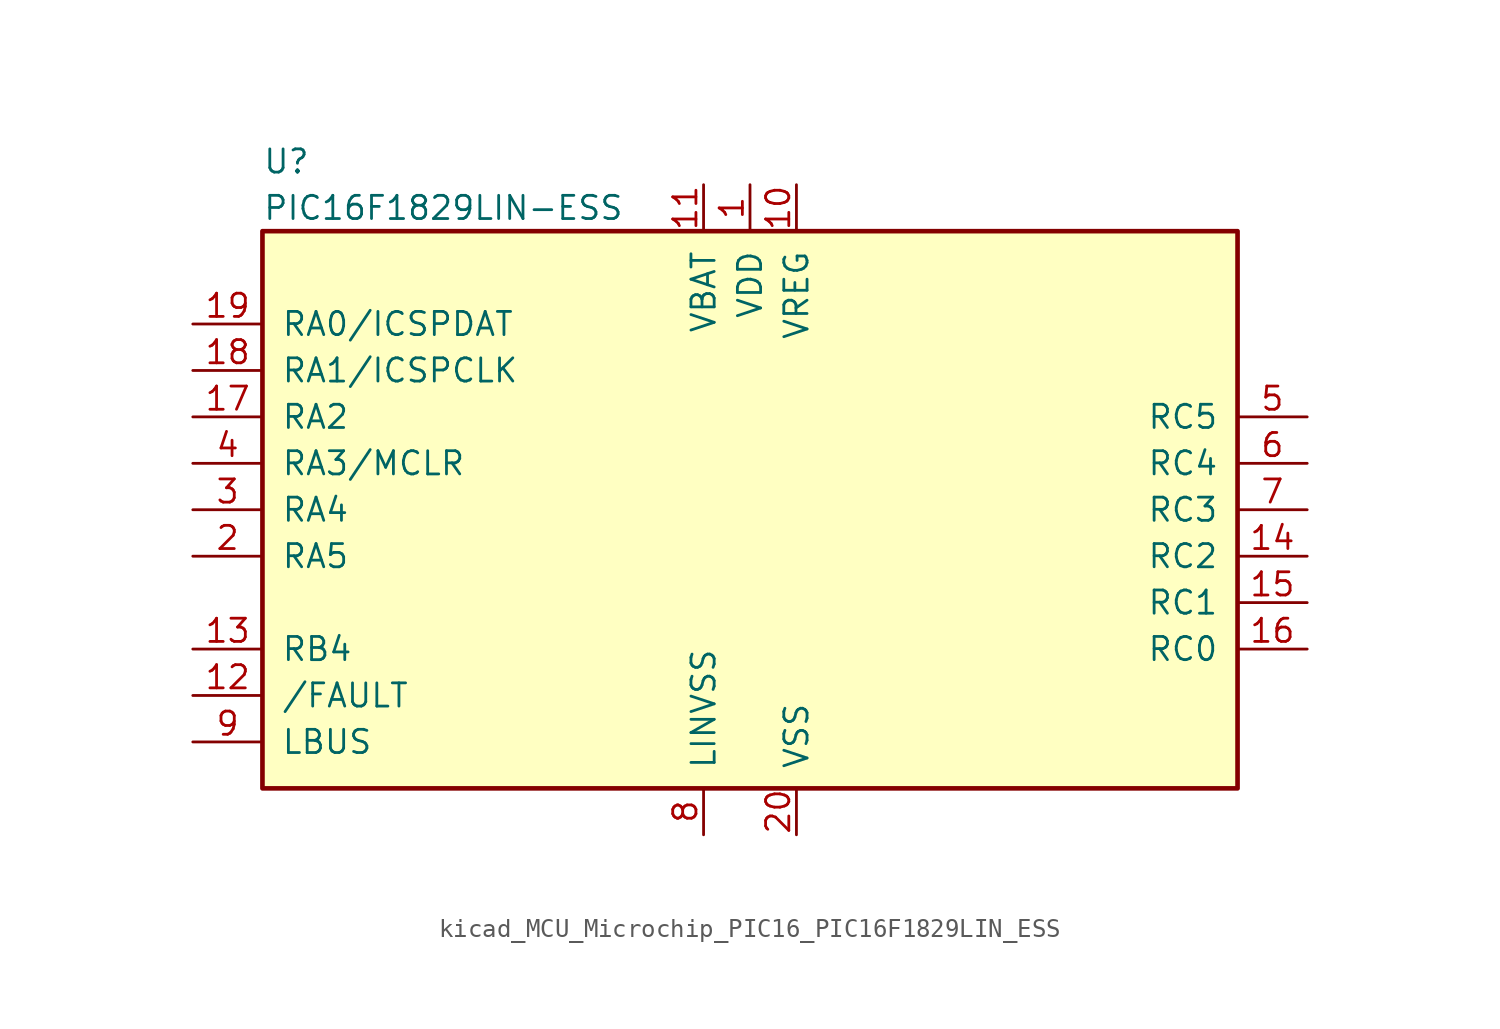
<source format=kicad_sym>
(kicad_symbol_lib
  (version 20220914)
  (generator kicad_symbol_editor)
  (symbol "kicad_MCU_Microchip_PIC16_PIC16F1829LIN_ESS"
    (pin_names
      (offset 1.016))
    (property "Reference" "U"
      (at -26.67 19.05 0)
      (effects (font (size 1.27 1.27)) (justify left)))
    (property "Value" "PIC16F1829LIN-ESS"
      (at -26.67 16.51 0)
      (effects (font (size 1.27 1.27)) (justify left)))
    (symbol "kicad_MCU_Microchip_PIC16_PIC16F1829LIN_ESS_0_1"
      (rectangle (start -26.67 15.24) (end 26.67 -15.24) (stroke (width 0.254) (type default)) (fill (type background))))
    (symbol "kicad_MCU_Microchip_PIC16_PIC16F1829LIN_ESS_1_1"
      (pin power_in line (at 0 17.78 270) (length 2.54) (name "VDD" (effects (font (size 1.27 1.27)))) (number "1" (effects (font (size 1.27 1.27)))))
      (pin power_out line (at 2.54 17.78 270) (length 2.54) (name "VREG" (effects (font (size 1.27 1.27)))) (number "10" (effects (font (size 1.27 1.27)))))
      (pin power_in line (at -2.54 17.78 270) (length 2.54) (name "VBAT" (effects (font (size 1.27 1.27)))) (number "11" (effects (font (size 1.27 1.27)))))
      (pin bidirectional line (at -30.48 -10.16 0) (length 3.81) (name "/FAULT" (effects (font (size 1.27 1.27)))) (number "12" (effects (font (size 1.27 1.27)))))
      (pin bidirectional line (at -30.48 -7.62 0) (length 3.81) (name "RB4" (effects (font (size 1.27 1.27)))) (number "13" (effects (font (size 1.27 1.27)))))
      (pin bidirectional line (at 30.48 -2.54 180) (length 3.81) (name "RC2" (effects (font (size 1.27 1.27)))) (number "14" (effects (font (size 1.27 1.27)))))
      (pin bidirectional line (at 30.48 -5.08 180) (length 3.81) (name "RC1" (effects (font (size 1.27 1.27)))) (number "15" (effects (font (size 1.27 1.27)))))
      (pin bidirectional line (at 30.48 -7.62 180) (length 3.81) (name "RC0" (effects (font (size 1.27 1.27)))) (number "16" (effects (font (size 1.27 1.27)))))
      (pin bidirectional line (at -30.48 5.08 0) (length 3.81) (name "RA2" (effects (font (size 1.27 1.27)))) (number "17" (effects (font (size 1.27 1.27)))))
      (pin bidirectional line (at -30.48 7.62 0) (length 3.81) (name "RA1/ICSPCLK" (effects (font (size 1.27 1.27)))) (number "18" (effects (font (size 1.27 1.27)))))
      (pin bidirectional line (at -30.48 10.16 0) (length 3.81) (name "RA0/ICSPDAT" (effects (font (size 1.27 1.27)))) (number "19" (effects (font (size 1.27 1.27)))))
      (pin bidirectional line (at -30.48 -2.54 0) (length 3.81) (name "RA5" (effects (font (size 1.27 1.27)))) (number "2" (effects (font (size 1.27 1.27)))))
      (pin power_in line (at 2.54 -17.78 90) (length 2.54) (name "VSS" (effects (font (size 1.27 1.27)))) (number "20" (effects (font (size 1.27 1.27)))))
      (pin bidirectional line (at -30.48 0 0) (length 3.81) (name "RA4" (effects (font (size 1.27 1.27)))) (number "3" (effects (font (size 1.27 1.27)))))
      (pin bidirectional line (at -30.48 2.54 0) (length 3.81) (name "RA3/MCLR" (effects (font (size 1.27 1.27)))) (number "4" (effects (font (size 1.27 1.27)))))
      (pin bidirectional line (at 30.48 5.08 180) (length 3.81) (name "RC5" (effects (font (size 1.27 1.27)))) (number "5" (effects (font (size 1.27 1.27)))))
      (pin bidirectional line (at 30.48 2.54 180) (length 3.81) (name "RC4" (effects (font (size 1.27 1.27)))) (number "6" (effects (font (size 1.27 1.27)))))
      (pin bidirectional line (at 30.48 0 180) (length 3.81) (name "RC3" (effects (font (size 1.27 1.27)))) (number "7" (effects (font (size 1.27 1.27)))))
      (pin power_in line (at -2.54 -17.78 90) (length 2.54) (name "LINVSS" (effects (font (size 1.27 1.27)))) (number "8" (effects (font (size 1.27 1.27)))))
      (pin bidirectional line (at -30.48 -12.7 0) (length 3.81) (name "LBUS" (effects (font (size 1.27 1.27)))) (number "9" (effects (font (size 1.27 1.27))))))))
</source>
